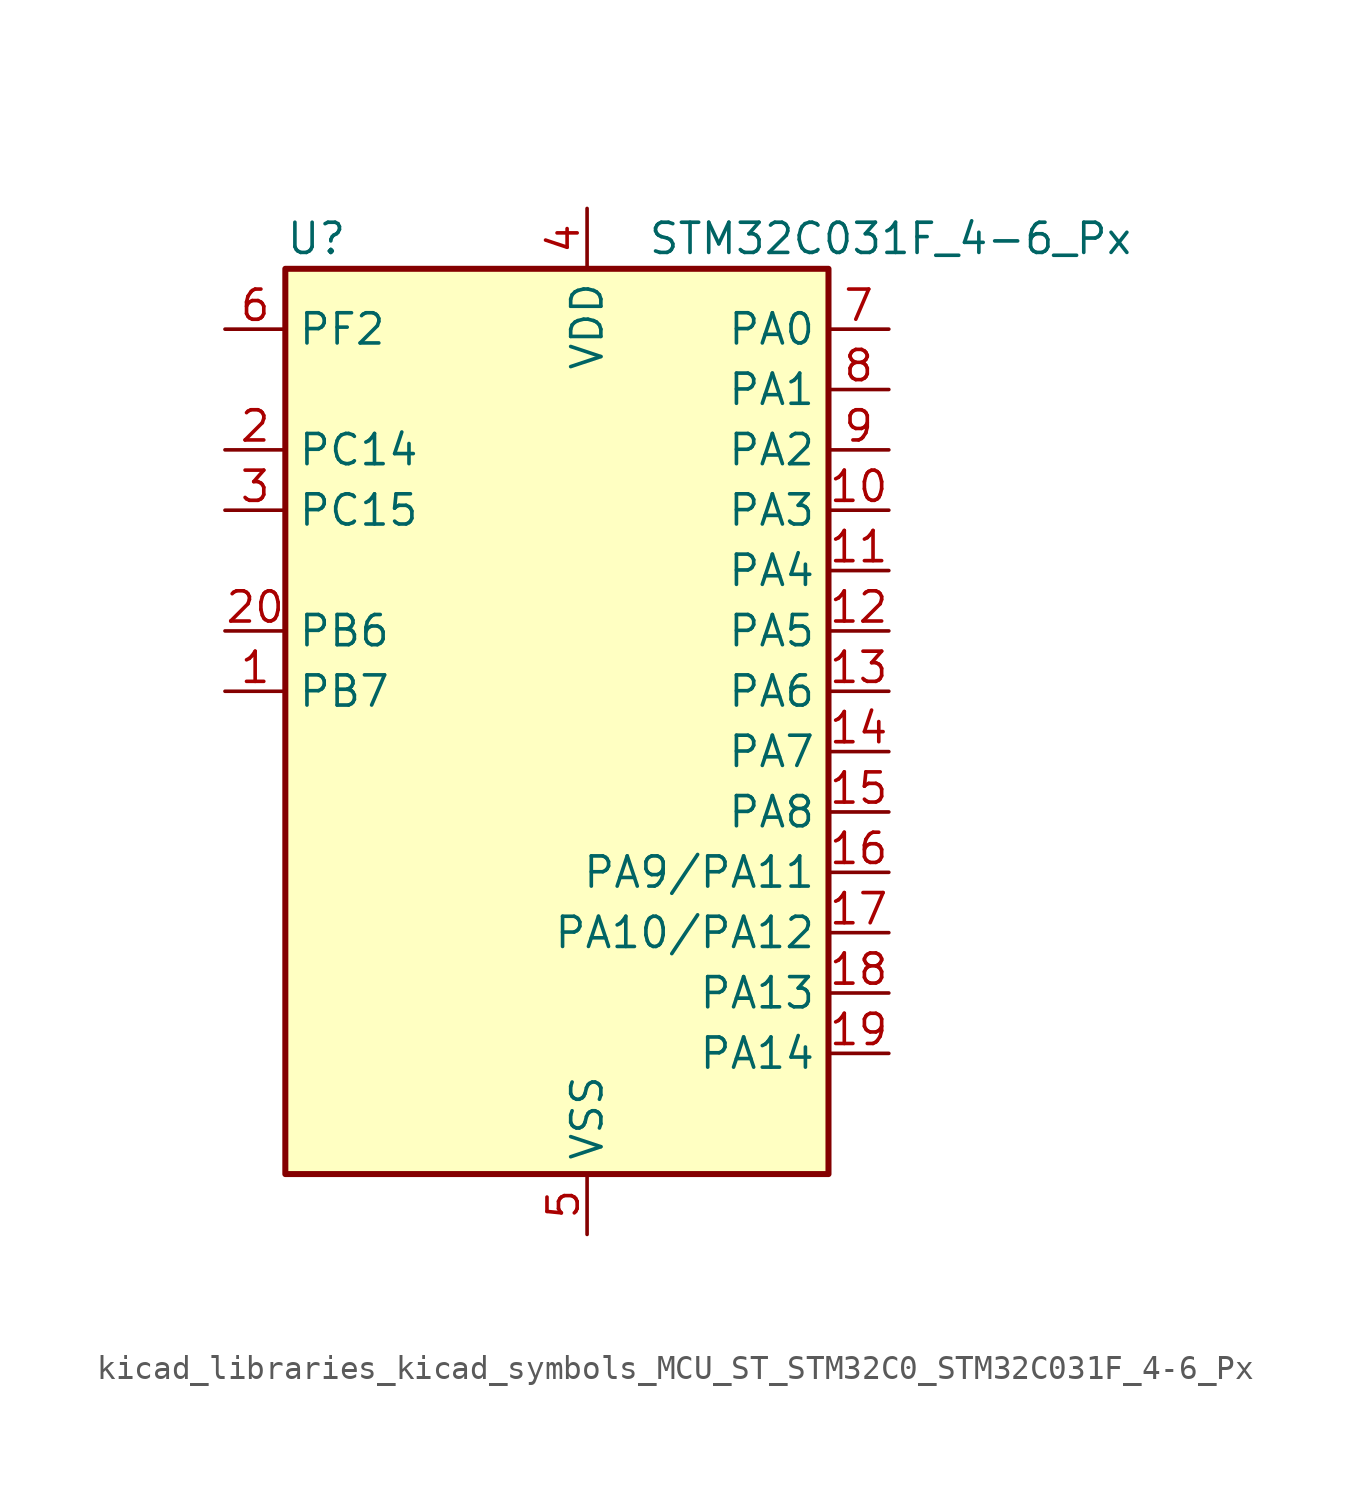
<source format=kicad_sym>
(kicad_symbol_lib
  (version 20220914)
  (generator kicad_symbol_editor)
  (symbol "kicad_libraries_kicad_symbols_MCU_ST_STM32C0_STM32C031F_4-6_Px"
    (property "Reference" "U"
      (at -10.16 21.59 0)
      (effects (font (size 1.27 1.27)) (justify left)))
    (property "Value" "STM32C031F_4-6_Px"
      (at 5.08 21.59 0)
      (effects (font (size 1.27 1.27)) (justify left)))
    (property "ki_locked" ""
      (at 0 0 0)
      (effects (font (size 1.27 1.27))))
    (symbol "kicad_libraries_kicad_symbols_MCU_ST_STM32C0_STM32C031F_4-6_Px_0_1"
      (rectangle (start -10.16 -17.78) (end 12.7 20.32) (stroke (width 0.254) (type default)) (fill (type background))))
    (symbol "kicad_libraries_kicad_symbols_MCU_ST_STM32C0_STM32C031F_4-6_Px_1_1"
      (pin bidirectional line (at -12.7 2.54 0) (length 2.54) (name "PB7" (effects (font (size 1.27 1.27)))) (number "1" (effects (font (size 1.27 1.27)))) (alternate "I2C1_SCL" bidirectional line) (alternate "I2C1_SDA" bidirectional line) (alternate "RTC_REFIN" bidirectional line) (alternate "TIM16_CH1" bidirectional line) (alternate "TIM17_CH1N" bidirectional line) (alternate "TIM1_CH4" bidirectional line) (alternate "TIM3_CH1" bidirectional line) (alternate "TIM3_CH4" bidirectional line) (alternate "USART1_RX" bidirectional line) (alternate "USART2_CTS" bidirectional line) (alternate "USART2_NSS" bidirectional line))
      (pin bidirectional line (at 15.24 10.16 180) (length 2.54) (name "PA3" (effects (font (size 1.27 1.27)))) (number "10" (effects (font (size 1.27 1.27)))) (alternate "ADC1_IN3" bidirectional line) (alternate "TIM1_CH1N" bidirectional line) (alternate "TIM1_CH4" bidirectional line) (alternate "USART2_RX" bidirectional line))
      (pin bidirectional line (at 15.24 7.62 180) (length 2.54) (name "PA4" (effects (font (size 1.27 1.27)))) (number "11" (effects (font (size 1.27 1.27)))) (alternate "ADC1_IN4" bidirectional line) (alternate "I2S1_WS" bidirectional line) (alternate "PWR_WKUP2" bidirectional line) (alternate "RTC_OUT1" bidirectional line) (alternate "RTC_TS" bidirectional line) (alternate "SPI1_NSS" bidirectional line) (alternate "TIM14_CH1" bidirectional line) (alternate "TIM17_CH1N" bidirectional line) (alternate "TIM1_CH2N" bidirectional line) (alternate "USART2_TX" bidirectional line))
      (pin bidirectional line (at 15.24 5.08 180) (length 2.54) (name "PA5" (effects (font (size 1.27 1.27)))) (number "12" (effects (font (size 1.27 1.27)))) (alternate "ADC1_IN5" bidirectional line) (alternate "I2S1_CK" bidirectional line) (alternate "SPI1_SCK" bidirectional line) (alternate "TIM1_CH1" bidirectional line) (alternate "TIM1_CH3N" bidirectional line) (alternate "USART2_RX" bidirectional line))
      (pin bidirectional line (at 15.24 2.54 180) (length 2.54) (name "PA6" (effects (font (size 1.27 1.27)))) (number "13" (effects (font (size 1.27 1.27)))) (alternate "ADC1_IN6" bidirectional line) (alternate "I2S1_MCK" bidirectional line) (alternate "SPI1_MISO" bidirectional line) (alternate "TIM16_CH1" bidirectional line) (alternate "TIM1_BKIN" bidirectional line) (alternate "TIM3_CH1" bidirectional line))
      (pin bidirectional line (at 15.24 0 180) (length 2.54) (name "PA7" (effects (font (size 1.27 1.27)))) (number "14" (effects (font (size 1.27 1.27)))) (alternate "ADC1_IN7" bidirectional line) (alternate "I2S1_SD" bidirectional line) (alternate "SPI1_MOSI" bidirectional line) (alternate "TIM14_CH1" bidirectional line) (alternate "TIM17_CH1" bidirectional line) (alternate "TIM1_CH1N" bidirectional line) (alternate "TIM3_CH2" bidirectional line))
      (pin bidirectional line (at 15.24 -2.54 180) (length 2.54) (name "PA8" (effects (font (size 1.27 1.27)))) (number "15" (effects (font (size 1.27 1.27)))) (alternate "ADC1_IN8" bidirectional line) (alternate "I2S1_WS" bidirectional line) (alternate "RCC_MCO" bidirectional line) (alternate "RCC_MCO_2" bidirectional line) (alternate "SPI1_NSS" bidirectional line) (alternate "TIM14_CH1" bidirectional line) (alternate "TIM1_CH1" bidirectional line) (alternate "TIM1_CH2N" bidirectional line) (alternate "TIM1_CH3N" bidirectional line) (alternate "TIM3_CH3" bidirectional line) (alternate "TIM3_CH4" bidirectional line) (alternate "USART1_RX" bidirectional line) (alternate "USART2_TX" bidirectional line))
      (pin bidirectional line (at 15.24 -5.08 180) (length 2.54) (name "PA9/PA11" (effects (font (size 1.27 1.27)))) (number "16" (effects (font (size 1.27 1.27)))) (alternate "I2C1_SCL" bidirectional line) (alternate "RCC_MCO" bidirectional line) (alternate "TIM1_CH2" bidirectional line) (alternate "TIM3_ETR" bidirectional line) (alternate "USART1_TX" bidirectional line))
      (pin bidirectional line (at 15.24 -7.62 180) (length 2.54) (name "PA10/PA12" (effects (font (size 1.27 1.27)))) (number "17" (effects (font (size 1.27 1.27)))) (alternate "I2C1_SDA" bidirectional line) (alternate "RCC_MCO_2" bidirectional line) (alternate "TIM17_BKIN" bidirectional line) (alternate "TIM1_CH3" bidirectional line) (alternate "USART1_RX" bidirectional line))
      (pin bidirectional line (at 15.24 -10.16 180) (length 2.54) (name "PA13" (effects (font (size 1.27 1.27)))) (number "18" (effects (font (size 1.27 1.27)))) (alternate "ADC1_IN13" bidirectional line) (alternate "DEBUG_SWDIO" bidirectional line) (alternate "IR_OUT" bidirectional line) (alternate "TIM3_ETR" bidirectional line) (alternate "USART2_RX" bidirectional line))
      (pin bidirectional line (at 15.24 -12.7 180) (length 2.54) (name "PA14" (effects (font (size 1.27 1.27)))) (number "19" (effects (font (size 1.27 1.27)))) (alternate "ADC1_IN14" bidirectional line) (alternate "DEBUG_SWCLK" bidirectional line) (alternate "I2S1_WS" bidirectional line) (alternate "RCC_MCO_2" bidirectional line) (alternate "SPI1_NSS" bidirectional line) (alternate "TIM1_CH1" bidirectional line) (alternate "USART1_CK" bidirectional line) (alternate "USART1_DE" bidirectional line) (alternate "USART1_RTS" bidirectional line) (alternate "USART2_RX" bidirectional line) (alternate "USART2_TX" bidirectional line))
      (pin bidirectional line (at -12.7 12.7 0) (length 2.54) (name "PC14" (effects (font (size 1.27 1.27)))) (number "2" (effects (font (size 1.27 1.27)))) (alternate "I2C1_SDA" bidirectional line) (alternate "IR_OUT" bidirectional line) (alternate "RCC_OSCX_IN" bidirectional line) (alternate "TIM17_CH1" bidirectional line) (alternate "TIM1_BKIN2" bidirectional line) (alternate "TIM1_ETR" bidirectional line) (alternate "TIM3_CH2" bidirectional line) (alternate "USART1_TX" bidirectional line) (alternate "USART2_CK" bidirectional line) (alternate "USART2_DE" bidirectional line) (alternate "USART2_RTS" bidirectional line))
      (pin bidirectional line (at -12.7 5.08 0) (length 2.54) (name "PB6" (effects (font (size 1.27 1.27)))) (number "20" (effects (font (size 1.27 1.27)))) (alternate "I2C1_SCL" bidirectional line) (alternate "I2C1_SMBA" bidirectional line) (alternate "I2S1_CK" bidirectional line) (alternate "I2S1_MCK" bidirectional line) (alternate "I2S1_SD" bidirectional line) (alternate "PWR_WKUP3" bidirectional line) (alternate "SPI1_MISO" bidirectional line) (alternate "SPI1_MOSI" bidirectional line) (alternate "SPI1_SCK" bidirectional line) (alternate "TIM16_BKIN" bidirectional line) (alternate "TIM16_CH1N" bidirectional line) (alternate "TIM17_BKIN" bidirectional line) (alternate "TIM1_CH2" bidirectional line) (alternate "TIM1_CH3" bidirectional line) (alternate "TIM3_CH1" bidirectional line) (alternate "TIM3_CH2" bidirectional line) (alternate "TIM3_CH3" bidirectional line) (alternate "USART1_CK" bidirectional line) (alternate "USART1_CTS" bidirectional line) (alternate "USART1_DE" bidirectional line) (alternate "USART1_NSS" bidirectional line) (alternate "USART1_RTS" bidirectional line) (alternate "USART1_TX" bidirectional line))
      (pin bidirectional line (at -12.7 10.16 0) (length 2.54) (name "PC15" (effects (font (size 1.27 1.27)))) (number "3" (effects (font (size 1.27 1.27)))) (alternate "RCC_OSC32_EN" bidirectional line) (alternate "RCC_OSCX_OUT" bidirectional line) (alternate "RCC_OSC_EN" bidirectional line) (alternate "TIM1_ETR" bidirectional line) (alternate "TIM3_CH3" bidirectional line))
      (pin power_in line (at 2.54 22.86 270) (length 2.54) (name "VDD" (effects (font (size 1.27 1.27)))) (number "4" (effects (font (size 1.27 1.27)))))
      (pin power_in line (at 2.54 -20.32 90) (length 2.54) (name "VSS" (effects (font (size 1.27 1.27)))) (number "5" (effects (font (size 1.27 1.27)))))
      (pin bidirectional line (at -12.7 17.78 0) (length 2.54) (name "PF2" (effects (font (size 1.27 1.27)))) (number "6" (effects (font (size 1.27 1.27)))) (alternate "RCC_MCO" bidirectional line) (alternate "TIM1_CH4" bidirectional line))
      (pin bidirectional line (at 15.24 17.78 180) (length 2.54) (name "PA0" (effects (font (size 1.27 1.27)))) (number "7" (effects (font (size 1.27 1.27)))) (alternate "ADC1_IN0" bidirectional line) (alternate "PWR_WKUP1" bidirectional line) (alternate "TIM16_CH1" bidirectional line) (alternate "TIM1_CH1" bidirectional line) (alternate "USART1_TX" bidirectional line) (alternate "USART2_CTS" bidirectional line) (alternate "USART2_NSS" bidirectional line))
      (pin bidirectional line (at 15.24 15.24 180) (length 2.54) (name "PA1" (effects (font (size 1.27 1.27)))) (number "8" (effects (font (size 1.27 1.27)))) (alternate "ADC1_IN1" bidirectional line) (alternate "I2C1_SMBA" bidirectional line) (alternate "I2S1_CK" bidirectional line) (alternate "SPI1_SCK" bidirectional line) (alternate "TIM17_CH1" bidirectional line) (alternate "TIM1_CH2" bidirectional line) (alternate "USART1_RX" bidirectional line) (alternate "USART2_CK" bidirectional line) (alternate "USART2_DE" bidirectional line) (alternate "USART2_RTS" bidirectional line))
      (pin bidirectional line (at 15.24 12.7 180) (length 2.54) (name "PA2" (effects (font (size 1.27 1.27)))) (number "9" (effects (font (size 1.27 1.27)))) (alternate "ADC1_IN2" bidirectional line) (alternate "I2S1_SD" bidirectional line) (alternate "PWR_WKUP4" bidirectional line) (alternate "RCC_LSCO" bidirectional line) (alternate "SPI1_MOSI" bidirectional line) (alternate "TIM16_CH1N" bidirectional line) (alternate "TIM1_CH3" bidirectional line) (alternate "TIM3_ETR" bidirectional line) (alternate "USART2_TX" bidirectional line)))))
</source>
